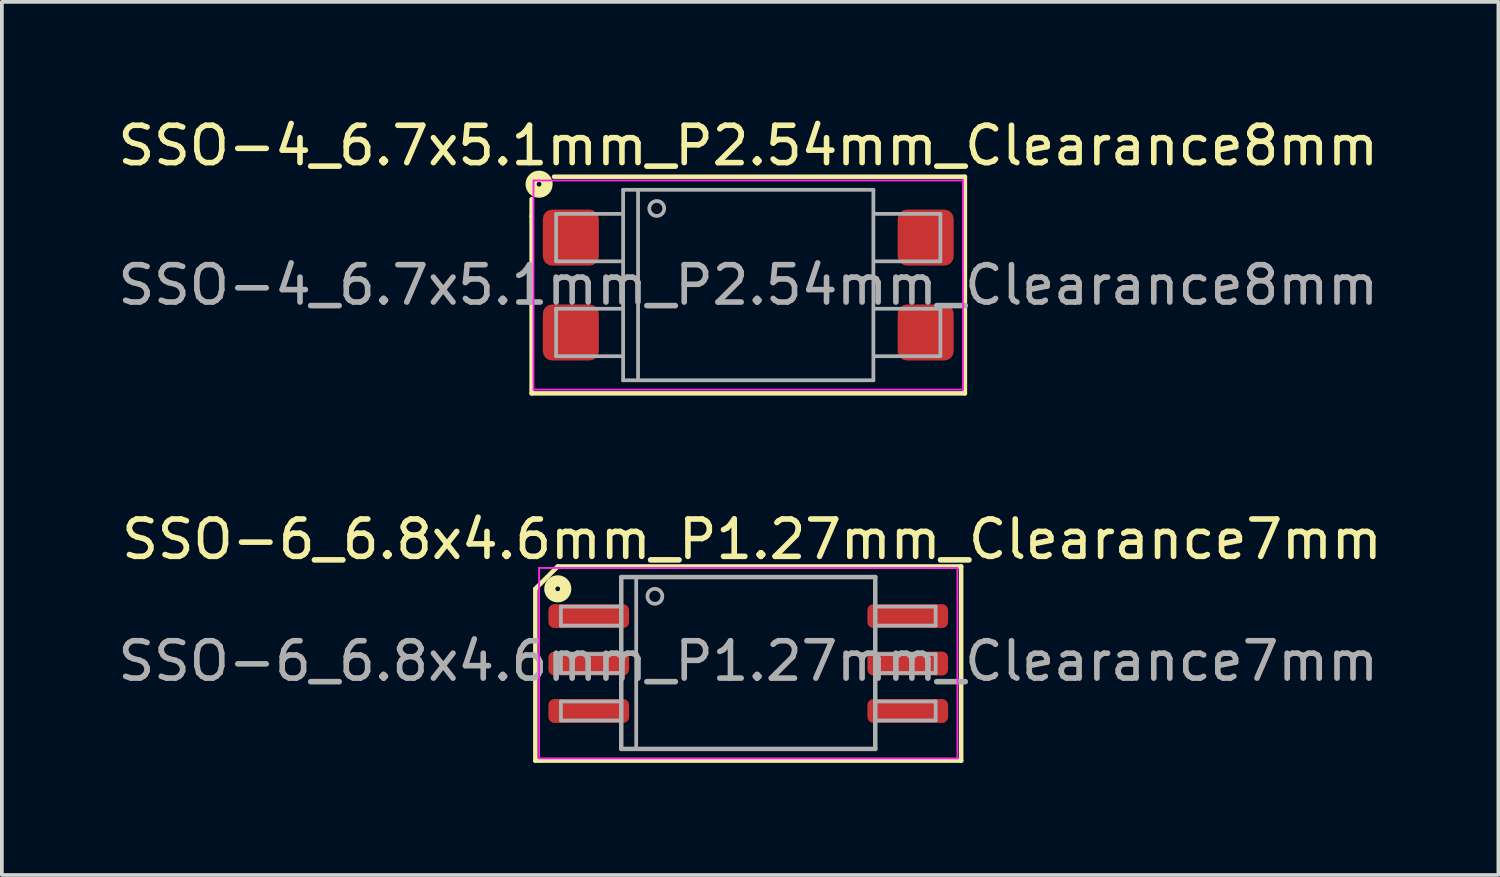
<source format=kicad_pcb>
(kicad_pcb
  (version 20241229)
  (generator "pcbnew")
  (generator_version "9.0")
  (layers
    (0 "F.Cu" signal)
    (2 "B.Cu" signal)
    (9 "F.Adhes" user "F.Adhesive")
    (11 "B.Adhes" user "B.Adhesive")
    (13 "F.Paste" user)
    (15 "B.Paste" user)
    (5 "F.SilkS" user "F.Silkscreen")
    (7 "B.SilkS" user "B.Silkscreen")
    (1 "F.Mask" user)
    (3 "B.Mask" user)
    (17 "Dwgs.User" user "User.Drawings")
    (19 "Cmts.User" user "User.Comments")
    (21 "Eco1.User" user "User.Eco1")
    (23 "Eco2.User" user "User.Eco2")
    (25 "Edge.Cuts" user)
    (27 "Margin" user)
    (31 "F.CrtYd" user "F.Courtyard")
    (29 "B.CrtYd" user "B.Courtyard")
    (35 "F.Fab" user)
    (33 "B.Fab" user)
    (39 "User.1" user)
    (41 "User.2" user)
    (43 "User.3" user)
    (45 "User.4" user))
  (footprint "SSO-6_6.8x4.6mm_P1.27mm_Clearance7mm"
    (layer "F.Cu")
    (at 16.982 14.714)
    (property "Reference" "SSO-6_6.8x4.6mm_P1.27mm_Clearance7mm" (at 0.1 -3.325 0) (layer "F.SilkS") (effects (font (size 1 1) (thickness 0.15))))
    (attr smd)
    (fp_line (start -5.7 -2) (end -5.7 2.6) (stroke (width 0.12) (type solid)) (layer "F.SilkS"))
    (fp_line (start -5.7 -2) (end -5.1 -2.6) (stroke (width 0.12) (type solid)) (layer "F.SilkS"))
    (fp_line (start -5.7 2.6) (end 5.7 2.6) (stroke (width 0.12) (type solid)) (layer "F.SilkS"))
    (fp_line (start 5.7 -2.6) (end -5.1 -2.6) (stroke (width 0.12) (type solid)) (layer "F.SilkS"))
    (fp_line (start 5.7 2.6) (end 5.7 -2.6) (stroke (width 0.12) (type solid)) (layer "F.SilkS"))
    (fp_circle (center -5.1 -2) (end -5.037 -2) (stroke (width 0.3) (type solid)) (fill no) (layer "F.SilkS"))
    (fp_line (start -5.6 -2.56) (end -5.6 2.54) (stroke (width 0.05) (type solid)) (layer "F.CrtYd"))
    (fp_line (start -5.6 -2.56) (end 5.6 -2.56) (stroke (width 0.05) (type solid)) (layer "F.CrtYd"))
    (fp_line (start 5.6 2.54) (end -5.6 2.54) (stroke (width 0.05) (type solid)) (layer "F.CrtYd"))
    (fp_line (start 5.6 2.54) (end 5.6 -2.56) (stroke (width 0.05) (type solid)) (layer "F.CrtYd"))
    (fp_line (start -5.016 -1.524) (end -5.016 -1.016) (stroke (width 0.1) (type solid)) (layer "F.Fab"))
    (fp_line (start -5.016 -1.524) (end -3.429 -1.524) (stroke (width 0.1) (type solid)) (layer "F.Fab"))
    (fp_line (start -5.016 -1.016) (end -3.429 -1.016) (stroke (width 0.1) (type solid)) (layer "F.Fab"))
    (fp_line (start -5.016 -0.254) (end -5.016 0.254) (stroke (width 0.1) (type solid)) (layer "F.Fab"))
    (fp_line (start -5.016 -0.254) (end -3.429 -0.254) (stroke (width 0.1) (type solid)) (layer "F.Fab"))
    (fp_line (start -5.016 0.254) (end -3.429 0.254) (stroke (width 0.1) (type solid)) (layer "F.Fab"))
    (fp_line (start -5.016 1.016) (end -5.016 1.524) (stroke (width 0.1) (type solid)) (layer "F.Fab"))
    (fp_line (start -5.016 1.016) (end -3.429 1.016) (stroke (width 0.1) (type solid)) (layer "F.Fab"))
    (fp_line (start -5.016 1.524) (end -3.429 1.524) (stroke (width 0.1) (type solid)) (layer "F.Fab"))
    (fp_line (start -3.4 2.285) (end -3.4 -2.315) (stroke (width 0.12) (type solid)) (layer "F.Fab"))
    (fp_line (start -3 -2.3) (end -3 2.25) (stroke (width 0.1) (type solid)) (layer "F.Fab"))
    (fp_line (start 3.4 -2.315) (end -3.4 -2.315) (stroke (width 0.12) (type solid)) (layer "F.Fab"))
    (fp_line (start 3.4 -2.315) (end 3.4 2.285) (stroke (width 0.12) (type solid)) (layer "F.Fab"))
    (fp_line (start 3.4 2.285) (end -3.4 2.285) (stroke (width 0.12) (type solid)) (layer "F.Fab"))
    (fp_line (start 5.016 -1.524) (end 3.429 -1.524) (stroke (width 0.1) (type solid)) (layer "F.Fab"))
    (fp_line (start 5.016 -1.016) (end 3.429 -1.016) (stroke (width 0.1) (type solid)) (layer "F.Fab"))
    (fp_line (start 5.016 -1.016) (end 5.016 -1.524) (stroke (width 0.1) (type solid)) (layer "F.Fab"))
    (fp_line (start 5.016 -0.254) (end 3.429 -0.254) (stroke (width 0.1) (type solid)) (layer "F.Fab"))
    (fp_line (start 5.016 0.254) (end 3.429 0.254) (stroke (width 0.1) (type solid)) (layer "F.Fab"))
    (fp_line (start 5.016 0.254) (end 5.016 -0.254) (stroke (width 0.1) (type solid)) (layer "F.Fab"))
    (fp_line (start 5.016 1.016) (end 3.429 1.016) (stroke (width 0.1) (type solid)) (layer "F.Fab"))
    (fp_line (start 5.016 1.524) (end 3.429 1.524) (stroke (width 0.1) (type solid)) (layer "F.Fab"))
    (fp_line (start 5.016 1.524) (end 5.016 1.016) (stroke (width 0.1) (type solid)) (layer "F.Fab"))
    (fp_circle (center -2.5 -1.8) (end -2.3 -1.8) (stroke (width 0.1) (type solid)) (fill no) (layer "F.Fab"))
    (fp_text user "${REFERENCE}" (at 0 -0.065 0) (layer "F.Fab") (effects (font (size 1 1) (thickness 0.15))))
    (pad "1" smd roundrect (at -4.27 -1.27) (size 2.16 0.64) (layers "F.Cu" "F.Mask" "F.Paste") (roundrect_rratio 0.25))
    (pad "2" smd roundrect (at -4.27 0) (size 2.16 0.64) (layers "F.Cu" "F.Mask" "F.Paste") (roundrect_rratio 0.25))
    (pad "3" smd roundrect (at -4.27 1.27) (size 2.16 0.64) (layers "F.Cu" "F.Mask" "F.Paste") (roundrect_rratio 0.25))
    (pad "4" smd roundrect (at 4.27 1.27) (size 2.16 0.64) (layers "F.Cu" "F.Mask" "F.Paste") (roundrect_rratio 0.25))
    (pad "5" smd roundrect (at 4.27 0) (size 2.16 0.64) (layers "F.Cu" "F.Mask" "F.Paste") (roundrect_rratio 0.25))
    (pad "6" smd roundrect (at 4.27 -1.27) (size 2.16 0.64) (layers "F.Cu" "F.Mask" "F.Paste") (roundrect_rratio 0.25)))
  (footprint "SSO-4_6.7x5.1mm_P2.54mm_Clearance8mm"
    (layer "F.Cu")
    (at 16.982 4.581)
    (property "Reference" "SSO-4_6.7x5.1mm_P2.54mm_Clearance8mm" (at 0 -3.733 0) (layer "F.SilkS") (effects (font (size 1 1) (thickness 0.15))))
    (attr smd)
    (fp_line (start -5.8 -2.3) (end -5.8 -1.841) (stroke (width 0.12) (type solid)) (layer "F.SilkS"))
    (fp_line (start -5.8 -1.841) (end -5.8 2.9) (stroke (width 0.12) (type solid)) (layer "F.SilkS"))
    (fp_line (start -5.8 2.9) (end 5.8 2.9) (stroke (width 0.12) (type solid)) (layer "F.SilkS"))
    (fp_line (start 5.8 -2.9) (end -5.2 -2.9) (stroke (width 0.12) (type solid)) (layer "F.SilkS"))
    (fp_line (start 5.8 2.9) (end 5.8 -2.9) (stroke (width 0.12) (type solid)) (layer "F.SilkS"))
    (fp_circle (center -5.6 -2.7) (end -5.537 -2.7) (stroke (width 0.3) (type solid)) (fill no) (layer "F.SilkS"))
    (fp_line (start -5.75 -2.8) (end -5.75 2.8) (stroke (width 0.05) (type solid)) (layer "F.CrtYd"))
    (fp_line (start -5.75 -2.8) (end 5.75 -2.8) (stroke (width 0.05) (type solid)) (layer "F.CrtYd"))
    (fp_line (start 5.75 2.8) (end -5.75 2.8) (stroke (width 0.05) (type solid)) (layer "F.CrtYd"))
    (fp_line (start 5.75 2.8) (end 5.75 -2.8) (stroke (width 0.05) (type solid)) (layer "F.CrtYd"))
    (fp_line (start -5.144 -1.905) (end -5.144 -0.635) (stroke (width 0.1) (type solid)) (layer "F.Fab"))
    (fp_line (start -5.144 -1.905) (end -3.365 -1.905) (stroke (width 0.1) (type solid)) (layer "F.Fab"))
    (fp_line (start -5.144 -0.635) (end -3.365 -0.635) (stroke (width 0.1) (type solid)) (layer "F.Fab"))
    (fp_line (start -5.144 0.635) (end -5.144 1.905) (stroke (width 0.1) (type solid)) (layer "F.Fab"))
    (fp_line (start -5.144 0.635) (end -3.365 0.635) (stroke (width 0.1) (type solid)) (layer "F.Fab"))
    (fp_line (start -5.144 1.905) (end -3.365 1.905) (stroke (width 0.1) (type solid)) (layer "F.Fab"))
    (fp_line (start -3.35 2.55) (end -3.35 -2.55) (stroke (width 0.1) (type solid)) (layer "F.Fab"))
    (fp_line (start -2.95 -2.55) (end -2.95 2.55) (stroke (width 0.1) (type solid)) (layer "F.Fab"))
    (fp_line (start 3.35 -2.55) (end -3.35 -2.55) (stroke (width 0.1) (type solid)) (layer "F.Fab"))
    (fp_line (start 3.35 -2.55) (end 3.35 2.55) (stroke (width 0.1) (type solid)) (layer "F.Fab"))
    (fp_line (start 3.35 2.55) (end -3.35 2.55) (stroke (width 0.1) (type solid)) (layer "F.Fab"))
    (fp_line (start 5.144 -1.905) (end 3.365 -1.905) (stroke (width 0.1) (type solid)) (layer "F.Fab"))
    (fp_line (start 5.144 -0.635) (end 3.365 -0.635) (stroke (width 0.1) (type solid)) (layer "F.Fab"))
    (fp_line (start 5.144 -0.635) (end 5.144 -1.905) (stroke (width 0.1) (type solid)) (layer "F.Fab"))
    (fp_line (start 5.144 0.635) (end 3.365 0.635) (stroke (width 0.1) (type solid)) (layer "F.Fab"))
    (fp_line (start 5.144 1.905) (end 3.365 1.905) (stroke (width 0.1) (type solid)) (layer "F.Fab"))
    (fp_line (start 5.144 1.905) (end 5.144 0.635) (stroke (width 0.1) (type solid)) (layer "F.Fab"))
    (fp_circle (center -2.45 -2.05) (end -2.25 -2.05) (stroke (width 0.1) (type solid)) (fill no) (layer "F.Fab"))
    (fp_text user "${REFERENCE}" (at 0 0 0) (layer "F.Fab") (effects (font (size 1 1) (thickness 0.15))))
    (pad "1" smd roundrect (at -4.75 -1.27) (size 1.5 1.5) (layers "F.Cu" "F.Mask" "F.Paste") (roundrect_rratio 0.167))
    (pad "2" smd roundrect (at -4.75 1.27) (size 1.5 1.5) (layers "F.Cu" "F.Mask" "F.Paste") (roundrect_rratio 0.167))
    (pad "3" smd roundrect (at 4.75 1.27) (size 1.5 1.5) (layers "F.Cu" "F.Mask" "F.Paste") (roundrect_rratio 0.167))
    (pad "4" smd roundrect (at 4.75 -1.27) (size 1.5 1.5) (layers "F.Cu" "F.Mask" "F.Paste") (roundrect_rratio 0.167)))
  (gr_rect
    (start -3 -3)
    (end 37.064 20.375)
    (stroke (width 0.1) (type default))
    (fill no)
    (layer "Edge.Cuts")))
</source>
